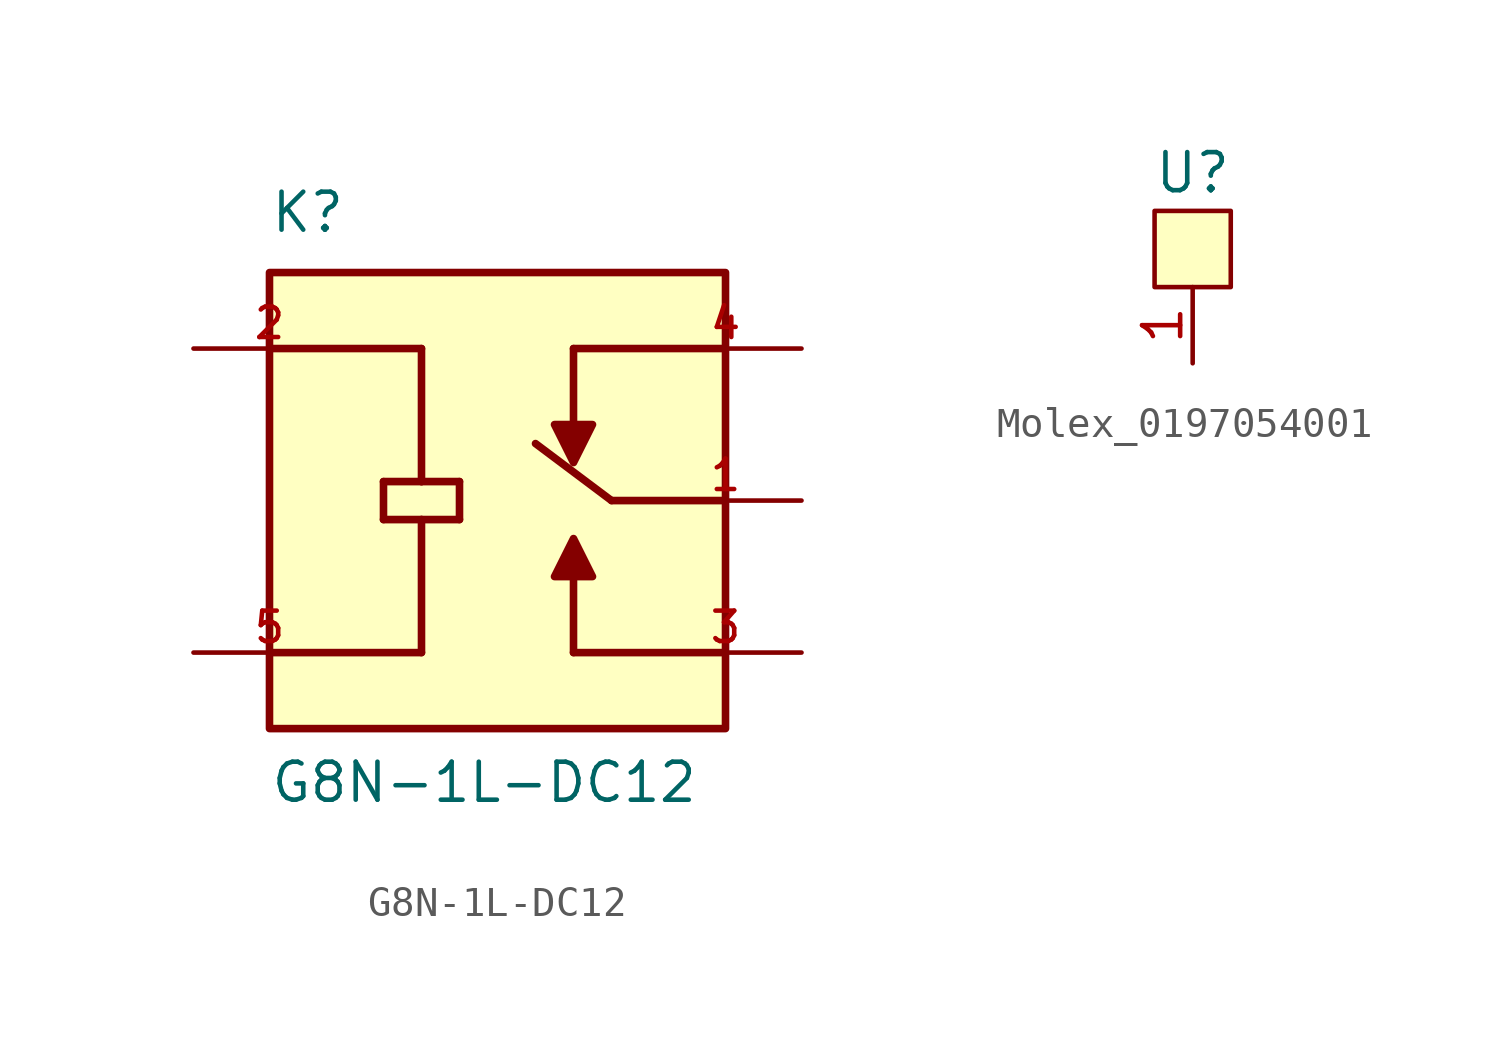
<source format=kicad_sym>
(kicad_symbol_lib
  (version 20220914)
  (generator kicad_symbol_editor)
  (symbol "G8N-1L-DC12"
    (pin_names
      (offset 1.016))
    (property "Reference" "K"
      (at -7.62 8.89 0)
      (effects (font (size 1.27 1.27)) (justify left bottom)))
    (property "Value" "G8N-1L-DC12"
      (at -7.62 -10.16 0)
      (effects (font (size 1.27 1.27)) (justify left bottom)))
    (symbol "G8N-1L-DC12_0_0"
      (rectangle (start -7.62 -7.62) (end 7.62 7.62) (stroke (width 0.254) (type default)) (fill (type background)))
      (polyline (pts (xy -7.62 -5.08) (xy -2.54 -5.08)) (stroke (width 0.254) (type default)) (fill (type none)))
      (polyline (pts (xy -7.62 5.08) (xy -2.54 5.08)) (stroke (width 0.254) (type default)) (fill (type none)))
      (polyline (pts (xy -3.81 -0.635) (xy -3.81 0.635)) (stroke (width 0.254) (type default)) (fill (type none)))
      (polyline (pts (xy -3.81 0.635) (xy -2.54 0.635)) (stroke (width 0.254) (type default)) (fill (type none)))
      (polyline (pts (xy -2.54 -0.635) (xy -3.81 -0.635)) (stroke (width 0.254) (type default)) (fill (type none)))
      (polyline (pts (xy -2.54 -0.635) (xy -2.54 -5.08)) (stroke (width 0.254) (type default)) (fill (type none)))
      (polyline (pts (xy -2.54 0.635) (xy -1.27 0.635)) (stroke (width 0.254) (type default)) (fill (type none)))
      (polyline (pts (xy -2.54 5.08) (xy -2.54 0.635)) (stroke (width 0.254) (type default)) (fill (type none)))
      (polyline (pts (xy -1.27 -0.635) (xy -2.54 -0.635)) (stroke (width 0.254) (type default)) (fill (type none)))
      (polyline (pts (xy -1.27 0.635) (xy -1.27 -0.635)) (stroke (width 0.254) (type default)) (fill (type none)))
      (polyline (pts (xy 2.54 -5.08) (xy 2.54 -2.54)) (stroke (width 0.254) (type default)) (fill (type none)))
      (polyline (pts (xy 2.54 5.08) (xy 2.54 2.54)) (stroke (width 0.254) (type default)) (fill (type none)))
      (polyline (pts (xy 2.54 5.08) (xy 7.62 5.08)) (stroke (width 0.254) (type default)) (fill (type none)))
      (polyline (pts (xy 3.81 0) (xy 1.27 1.905)) (stroke (width 0.254) (type default)) (fill (type none)))
      (polyline (pts (xy 7.62 -5.08) (xy 2.54 -5.08)) (stroke (width 0.254) (type default)) (fill (type none)))
      (polyline (pts (xy 7.62 0) (xy 3.81 0)) (stroke (width 0.254) (type default)) (fill (type none)))
      (polyline (pts (xy 1.905 -2.54) (xy 3.175 -2.54) (xy 2.54 -1.27) (xy 1.905 -2.54)) (stroke (width 0.254) (type default)) (fill (type outline)))
      (polyline (pts (xy 3.175 2.54) (xy 1.905 2.54) (xy 2.54 1.27) (xy 3.175 2.54)) (stroke (width 0.254) (type default)) (fill (type outline)))
      (pin passive line (at 10.16 0 180) (length 5.08) (name "~" (effects (font (size 1.016 1.016)))) (number "1" (effects (font (size 1.016 1.016)))))
      (pin passive line (at -10.16 5.08 0) (length 5.08) (name "~" (effects (font (size 1.016 1.016)))) (number "2" (effects (font (size 1.016 1.016)))))
      (pin passive line (at 10.16 -5.08 180) (length 5.08) (name "~" (effects (font (size 1.016 1.016)))) (number "3" (effects (font (size 1.016 1.016)))))
      (pin passive line (at 10.16 5.08 180) (length 5.08) (name "~" (effects (font (size 1.016 1.016)))) (number "4" (effects (font (size 1.016 1.016)))))
      (pin passive line (at -10.16 -5.08 0) (length 5.08) (name "~" (effects (font (size 1.016 1.016)))) (number "5" (effects (font (size 1.016 1.016)))))))
  (symbol "Molex_0197054001"
    (property "Reference" "U"
      (at 0 2.54 0)
      (effects (font (size 1.27 1.27))))
    (property "Value" ""
      (at 0 0 0)
      (effects (font (size 1.27 1.27))))
    (symbol "Molex_0197054001_0_1"
      (rectangle (start -1.27 1.27) (end 1.27 -1.27) (stroke (width 0) (type default)) (fill (type background))))
    (symbol "Molex_0197054001_1_1"
      (pin passive line (at 0 -3.81 90) (length 2.54) (name "" (effects (font (size 1.27 1.27)))) (number "1" (effects (font (size 1.27 1.27))))))))
</source>
